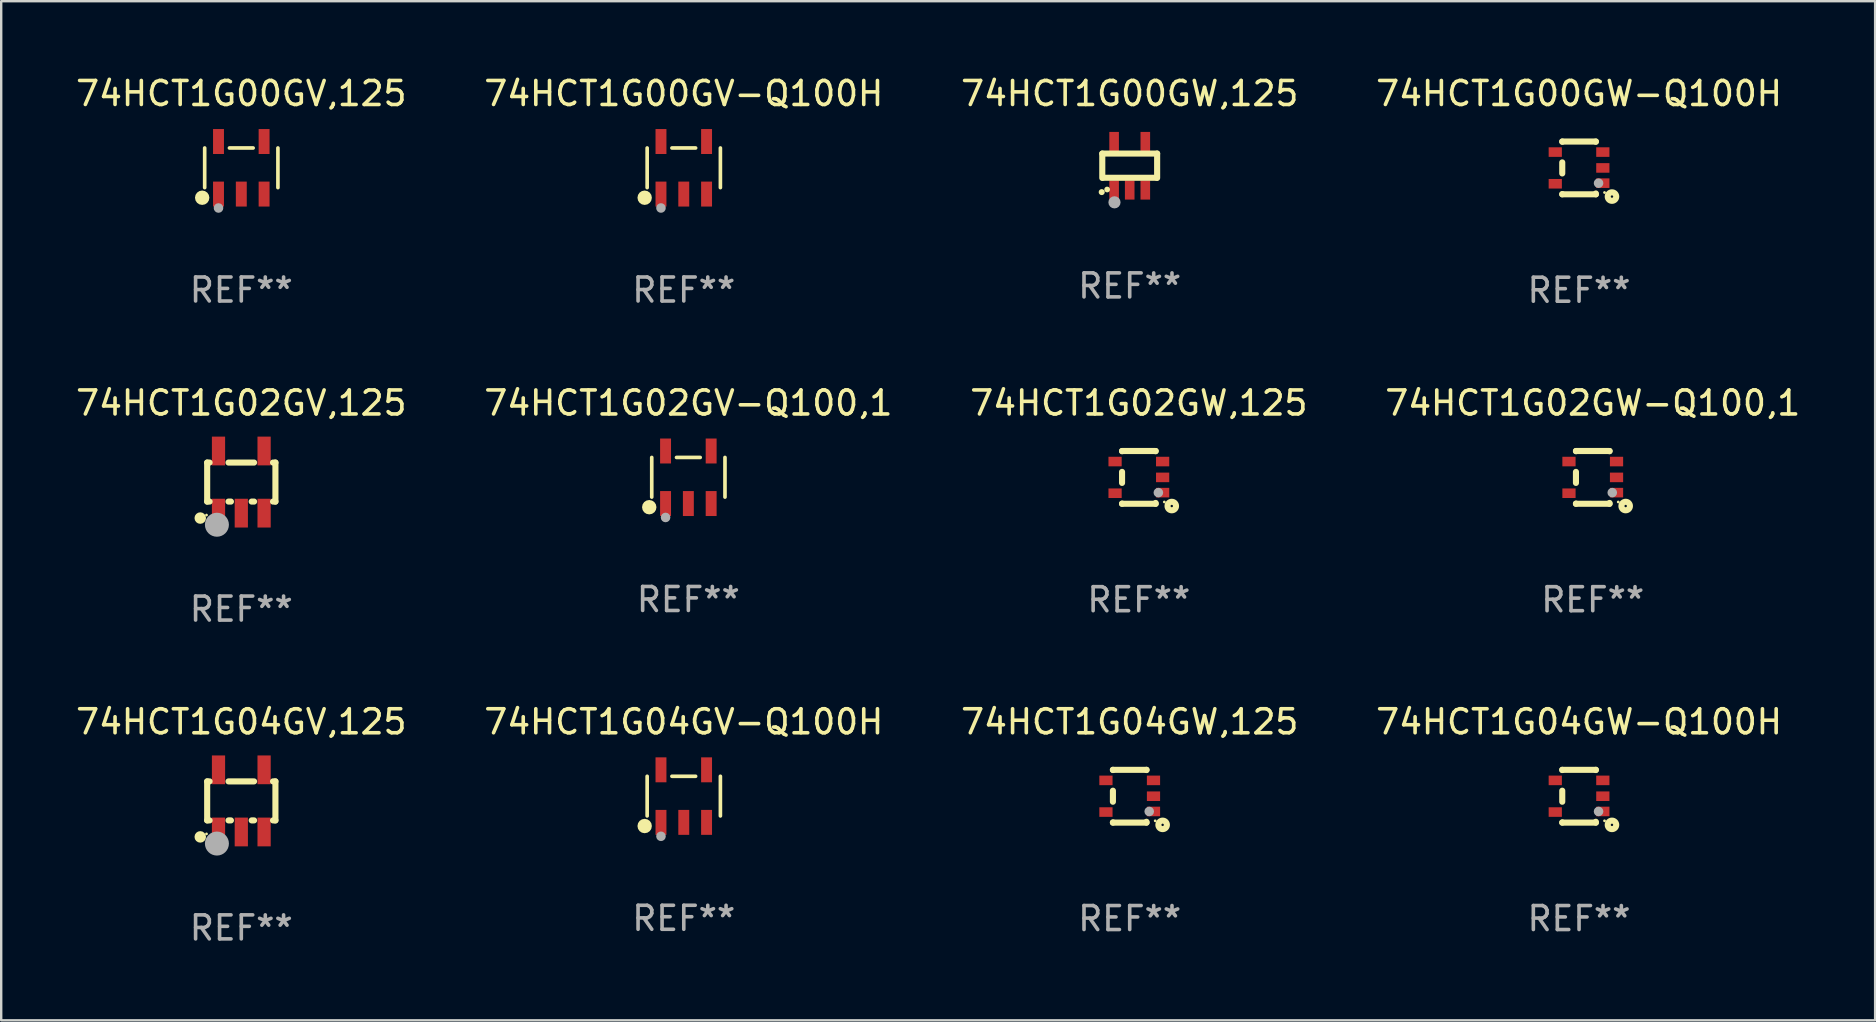
<source format=kicad_pcb>
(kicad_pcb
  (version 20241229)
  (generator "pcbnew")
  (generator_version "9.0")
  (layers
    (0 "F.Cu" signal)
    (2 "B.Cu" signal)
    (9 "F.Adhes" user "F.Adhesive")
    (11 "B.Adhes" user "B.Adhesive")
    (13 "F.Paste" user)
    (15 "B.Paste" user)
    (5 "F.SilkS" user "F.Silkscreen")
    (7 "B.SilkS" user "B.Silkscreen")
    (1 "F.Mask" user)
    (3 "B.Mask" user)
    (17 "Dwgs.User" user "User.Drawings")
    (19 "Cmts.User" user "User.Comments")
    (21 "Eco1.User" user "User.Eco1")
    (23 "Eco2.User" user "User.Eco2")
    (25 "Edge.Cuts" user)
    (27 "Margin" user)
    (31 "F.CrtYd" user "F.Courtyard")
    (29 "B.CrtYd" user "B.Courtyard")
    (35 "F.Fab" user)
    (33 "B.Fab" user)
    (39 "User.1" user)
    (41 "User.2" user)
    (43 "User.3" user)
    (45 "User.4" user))
  (footprint "74HCT1G02GW-Q100,1"
    (layer "F.Cu")
    (at 63.327 16.845)
    (property "Reference" "74HCT1G02GW-Q100,1" (at 0 -3.1 0) (layer "F.SilkS") (effects (font (size 1 1) (thickness 0.15))))
    (attr through_hole)
    (fp_line (start -0.7 -1.1) (end 0.7 -1.1) (stroke (width 0.254) (type solid)) (layer "F.SilkS"))
    (fp_line (start -0.7 -1.09) (end -0.7 -1.1) (stroke (width 0.254) (type solid)) (layer "F.SilkS"))
    (fp_line (start -0.7 0.23) (end -0.7 -0.23) (stroke (width 0.254) (type solid)) (layer "F.SilkS"))
    (fp_line (start -0.7 1.1) (end -0.7 1.09) (stroke (width 0.254) (type solid)) (layer "F.SilkS"))
    (fp_line (start -0.7 1.1) (end 0.7 1.1) (stroke (width 0.254) (type solid)) (layer "F.SilkS"))
    (fp_line (start 0.7 -1.09) (end 0.7 -1.1) (stroke (width 0.254) (type solid)) (layer "F.SilkS"))
    (fp_line (start 0.7 1.1) (end 0.7 1.065) (stroke (width 0.254) (type solid)) (layer "F.SilkS"))
    (fp_circle (center 1.062 1.025) (end 1.092 1.025) (stroke (width 0.06) (type solid)) (fill no) (layer "F.SilkS"))
    (fp_circle (center 1.372 1.194) (end 1.422 1.194) (stroke (width 0.254) (type solid)) (fill no) (layer "F.SilkS"))
    (fp_circle (center 0.813 0.635) (end 0.913 0.635) (stroke (width 0.2) (type solid)) (fill no) (layer "F.Fab"))
    (fp_text user "REF**" (at 0 5.1 0) (layer "F.Fab") (effects (font (size 1 1) (thickness 0.15))))
    (pad "1" smd rect (at 0.991 0.635 270) (size 0.399 0.551) (layers "F.Cu" "F.Mask" "F.Paste"))
    (pad "2" smd rect (at 0.991 0.000051 270) (size 0.399 0.551) (layers "F.Cu" "F.Mask" "F.Paste"))
    (pad "3" smd rect (at 0.991 -0.66 270) (size 0.399 0.551) (layers "F.Cu" "F.Mask" "F.Paste"))
    (pad "4" smd rect (at -0.991 -0.66 270) (size 0.399 0.551) (layers "F.Cu" "F.Mask" "F.Paste"))
    (pad "5" smd rect (at -0.991 0.66 270) (size 0.399 0.551) (layers "F.Cu" "F.Mask" "F.Paste")))
  (footprint "74HCT1G04GW-Q100H"
    (layer "F.Cu")
    (at 62.756 30.132)
    (property "Reference" "74HCT1G04GW-Q100H" (at 0 -3.1 0) (layer "F.SilkS") (effects (font (size 1 1) (thickness 0.15))))
    (attr through_hole)
    (fp_line (start -0.7 -1.1) (end 0.7 -1.1) (stroke (width 0.254) (type solid)) (layer "F.SilkS"))
    (fp_line (start -0.7 -1.09) (end -0.7 -1.1) (stroke (width 0.254) (type solid)) (layer "F.SilkS"))
    (fp_line (start -0.7 0.23) (end -0.7 -0.23) (stroke (width 0.254) (type solid)) (layer "F.SilkS"))
    (fp_line (start -0.7 1.1) (end -0.7 1.09) (stroke (width 0.254) (type solid)) (layer "F.SilkS"))
    (fp_line (start -0.7 1.1) (end 0.7 1.1) (stroke (width 0.254) (type solid)) (layer "F.SilkS"))
    (fp_line (start 0.7 -1.09) (end 0.7 -1.1) (stroke (width 0.254) (type solid)) (layer "F.SilkS"))
    (fp_line (start 0.7 1.1) (end 0.7 1.065) (stroke (width 0.254) (type solid)) (layer "F.SilkS"))
    (fp_circle (center 1.062 1.025) (end 1.092 1.025) (stroke (width 0.06) (type solid)) (fill no) (layer "F.SilkS"))
    (fp_circle (center 1.372 1.194) (end 1.422 1.194) (stroke (width 0.254) (type solid)) (fill no) (layer "F.SilkS"))
    (fp_circle (center 0.813 0.635) (end 0.913 0.635) (stroke (width 0.2) (type solid)) (fill no) (layer "F.Fab"))
    (fp_text user "REF**" (at 0 5.1 0) (layer "F.Fab") (effects (font (size 1 1) (thickness 0.15))))
    (pad "1" smd rect (at 0.991 0.635 270) (size 0.399 0.551) (layers "F.Cu" "F.Mask" "F.Paste"))
    (pad "2" smd rect (at 0.991 0.000051 270) (size 0.399 0.551) (layers "F.Cu" "F.Mask" "F.Paste"))
    (pad "3" smd rect (at 0.991 -0.66 270) (size 0.399 0.551) (layers "F.Cu" "F.Mask" "F.Paste"))
    (pad "4" smd rect (at -0.991 -0.66 270) (size 0.399 0.551) (layers "F.Cu" "F.Mask" "F.Paste"))
    (pad "5" smd rect (at -0.991 0.66 270) (size 0.399 0.551) (layers "F.Cu" "F.Mask" "F.Paste")))
  (footprint "74HCT1G00GW,125"
    (layer "F.Cu")
    (at 44.03 3.858)
    (property "Reference" "74HCT1G00GW,125" (at 0 -3.01 0) (layer "F.SilkS") (effects (font (size 1 1) (thickness 0.15))))
    (attr through_hole)
    (fp_line (start -1.143 -0.508) (end -1.143 0.508) (stroke (width 0.254) (type solid)) (layer "F.SilkS"))
    (fp_line (start -1.1 0.5) (end 1.1 0.5) (stroke (width 0.254) (type solid)) (layer "F.SilkS"))
    (fp_line (start 1.143 -0.508) (end -1.143 -0.508) (stroke (width 0.254) (type solid)) (layer "F.SilkS"))
    (fp_line (start 1.143 0.508) (end 1.143 -0.508) (stroke (width 0.254) (type solid)) (layer "F.SilkS"))
    (fp_arc (start -1.167717 1.098095) (mid -1.166447 1.098088) (end -1.165177 1.098095) (stroke (width 0.24892) (type solid)) (layer "F.SilkS"))
    (fp_circle (center -0.94 0.99) (end -0.88 0.99) (stroke (width 0.12) (type solid)) (fill no) (layer "F.SilkS"))
    (fp_circle (center -0.635 1.524) (end -0.508 1.524) (stroke (width 0.254) (type solid)) (fill no) (layer "F.Fab"))
    (fp_text user "REF**" (at 0 5.01 0) (layer "F.Fab") (effects (font (size 1 1) (thickness 0.15))))
    (pad "1" smd rect (at -0.65 1.01 180) (size 0.4 0.8) (layers "F.Cu" "F.Mask" "F.Paste"))
    (pad "2" smd rect (at 0 1.01 180) (size 0.4 0.8) (layers "F.Cu" "F.Mask" "F.Paste"))
    (pad "3" smd rect (at 0.65 1.01 180) (size 0.4 0.8) (layers "F.Cu" "F.Mask" "F.Paste"))
    (pad "4" smd rect (at 0.65 -1.01 180) (size 0.4 0.8) (layers "F.Cu" "F.Mask" "F.Paste"))
    (pad "5" smd rect (at -0.65 -1.01 180) (size 0.4 0.8) (layers "F.Cu" "F.Mask" "F.Paste")))
  (footprint "74HCT1G04GV-Q100H"
    (layer "F.Cu")
    (at 25.446 30.127)
    (property "Reference" "74HCT1G04GV-Q100H" (at 0 -3.095 0) (layer "F.SilkS") (effects (font (size 1 1) (thickness 0.15))))
    (attr through_hole)
    (fp_line (start -1.526 0.826) (end -1.526 -0.826) (stroke (width 0.152) (type solid)) (layer "F.SilkS"))
    (fp_line (start 0.494 -0.826) (end -0.494 -0.826) (stroke (width 0.152) (type solid)) (layer "F.SilkS"))
    (fp_line (start 1.526 0.826) (end 1.526 -0.826) (stroke (width 0.152) (type solid)) (layer "F.SilkS"))
    (fp_circle (center -1.63 1.247) (end -1.48 1.247) (stroke (width 0.3) (type solid)) (fill no) (layer "F.SilkS"))
    (fp_circle (center -1.45 1.375) (end -1.42 1.375) (stroke (width 0.06) (type solid)) (fill no) (layer "F.SilkS"))
    (fp_circle (center -0.95 1.675) (end -0.85 1.675) (stroke (width 0.2) (type solid)) (fill no) (layer "F.Fab"))
    (fp_text user "REF**" (at 0 5.095 0) (layer "F.Fab") (effects (font (size 1 1) (thickness 0.15))))
    (pad "1" smd rect (at -0.95 1.095) (size 0.455 1.04) (layers "F.Cu" "F.Mask" "F.Paste"))
    (pad "2" smd rect (at 0 1.095) (size 0.455 1.04) (layers "F.Cu" "F.Mask" "F.Paste"))
    (pad "3" smd rect (at 0.95 1.095) (size 0.455 1.04) (layers "F.Cu" "F.Mask" "F.Paste"))
    (pad "4" smd rect (at 0.95 -1.095) (size 0.455 1.04) (layers "F.Cu" "F.Mask" "F.Paste"))
    (pad "5" smd rect (at -0.95 -1.095) (size 0.455 1.04) (layers "F.Cu" "F.Mask" "F.Paste")))
  (footprint "74HCT1G00GW-Q100H"
    (layer "F.Cu")
    (at 62.756 3.948)
    (property "Reference" "74HCT1G00GW-Q100H" (at 0 -3.1 0) (layer "F.SilkS") (effects (font (size 1 1) (thickness 0.15))))
    (attr through_hole)
    (fp_line (start -0.7 -1.1) (end 0.7 -1.1) (stroke (width 0.254) (type solid)) (layer "F.SilkS"))
    (fp_line (start -0.7 -1.09) (end -0.7 -1.1) (stroke (width 0.254) (type solid)) (layer "F.SilkS"))
    (fp_line (start -0.7 0.23) (end -0.7 -0.23) (stroke (width 0.254) (type solid)) (layer "F.SilkS"))
    (fp_line (start -0.7 1.1) (end -0.7 1.09) (stroke (width 0.254) (type solid)) (layer "F.SilkS"))
    (fp_line (start -0.7 1.1) (end 0.7 1.1) (stroke (width 0.254) (type solid)) (layer "F.SilkS"))
    (fp_line (start 0.7 -1.09) (end 0.7 -1.1) (stroke (width 0.254) (type solid)) (layer "F.SilkS"))
    (fp_line (start 0.7 1.1) (end 0.7 1.065) (stroke (width 0.254) (type solid)) (layer "F.SilkS"))
    (fp_circle (center 1.062 1.025) (end 1.092 1.025) (stroke (width 0.06) (type solid)) (fill no) (layer "F.SilkS"))
    (fp_circle (center 1.372 1.194) (end 1.422 1.194) (stroke (width 0.254) (type solid)) (fill no) (layer "F.SilkS"))
    (fp_circle (center 0.813 0.635) (end 0.913 0.635) (stroke (width 0.2) (type solid)) (fill no) (layer "F.Fab"))
    (fp_text user "REF**" (at 0 5.1 0) (layer "F.Fab") (effects (font (size 1 1) (thickness 0.15))))
    (pad "1" smd rect (at 0.991 0.635 270) (size 0.399 0.551) (layers "F.Cu" "F.Mask" "F.Paste"))
    (pad "2" smd rect (at 0.991 0.000051 270) (size 0.399 0.551) (layers "F.Cu" "F.Mask" "F.Paste"))
    (pad "3" smd rect (at 0.991 -0.66 270) (size 0.399 0.551) (layers "F.Cu" "F.Mask" "F.Paste"))
    (pad "4" smd rect (at -0.991 -0.66 270) (size 0.399 0.551) (layers "F.Cu" "F.Mask" "F.Paste"))
    (pad "5" smd rect (at -0.991 0.66 270) (size 0.399 0.551) (layers "F.Cu" "F.Mask" "F.Paste")))
  (footprint "74HCT1G04GV,125"
    (layer "F.Cu")
    (at 7.006 30.327)
    (property "Reference" "74HCT1G04GV,125" (at 0 -3.295 0) (layer "F.SilkS") (effects (font (size 1 1) (thickness 0.15))))
    (attr through_hole)
    (fp_line (start -1.422 -0.813) (end -1.321 -0.813) (stroke (width 0.254) (type solid)) (layer "F.SilkS"))
    (fp_line (start -1.422 0.813) (end -1.422 -0.813) (stroke (width 0.254) (type solid)) (layer "F.SilkS"))
    (fp_line (start -1.321 0.813) (end -1.422 0.813) (stroke (width 0.254) (type solid)) (layer "F.SilkS"))
    (fp_line (start -0.533 -0.813) (end 0.533 -0.813) (stroke (width 0.254) (type solid)) (layer "F.SilkS"))
    (fp_line (start -0.432 0.813) (end -0.533 0.813) (stroke (width 0.254) (type solid)) (layer "F.SilkS"))
    (fp_line (start 0.533 0.813) (end 0.432 0.813) (stroke (width 0.254) (type solid)) (layer "F.SilkS"))
    (fp_line (start 1.321 -0.813) (end 1.422 -0.813) (stroke (width 0.254) (type solid)) (layer "F.SilkS"))
    (fp_line (start 1.422 -0.813) (end 1.422 0.813) (stroke (width 0.254) (type solid)) (layer "F.SilkS"))
    (fp_line (start 1.422 0.813) (end 1.321 0.813) (stroke (width 0.254) (type solid)) (layer "F.SilkS"))
    (fp_circle (center -1.71 1.5) (end -1.59 1.5) (stroke (width 0.24) (type solid)) (fill no) (layer "F.SilkS"))
    (fp_circle (center -1.45 1.375) (end -1.42 1.375) (stroke (width 0.06) (type solid)) (fill no) (layer "F.SilkS"))
    (fp_circle (center -1.016 1.778) (end -0.766 1.778) (stroke (width 0.5) (type solid)) (fill no) (layer "F.Fab"))
    (fp_text user "REF**" (at 0 5.295 0) (layer "F.Fab") (effects (font (size 1 1) (thickness 0.15))))
    (pad "1" smd rect (at -0.95 1.295) (size 0.551 1.199) (layers "F.Cu" "F.Mask" "F.Paste"))
    (pad "2" smd rect (at 0 1.295) (size 0.551 1.199) (layers "F.Cu" "F.Mask" "F.Paste"))
    (pad "3" smd rect (at 0.95 1.295) (size 0.551 1.199) (layers "F.Cu" "F.Mask" "F.Paste"))
    (pad "4" smd rect (at 0.95 -1.295) (size 0.551 1.199) (layers "F.Cu" "F.Mask" "F.Paste"))
    (pad "5" smd rect (at -0.95 -1.295) (size 0.551 1.199) (layers "F.Cu" "F.Mask" "F.Paste")))
  (footprint "74HCT1G02GW,125"
    (layer "F.Cu")
    (at 44.411 16.845)
    (property "Reference" "74HCT1G02GW,125" (at 0 -3.1 0) (layer "F.SilkS") (effects (font (size 1 1) (thickness 0.15))))
    (attr through_hole)
    (fp_line (start -0.7 -1.1) (end 0.7 -1.1) (stroke (width 0.254) (type solid)) (layer "F.SilkS"))
    (fp_line (start -0.7 -1.09) (end -0.7 -1.1) (stroke (width 0.254) (type solid)) (layer "F.SilkS"))
    (fp_line (start -0.7 0.23) (end -0.7 -0.23) (stroke (width 0.254) (type solid)) (layer "F.SilkS"))
    (fp_line (start -0.7 1.1) (end -0.7 1.09) (stroke (width 0.254) (type solid)) (layer "F.SilkS"))
    (fp_line (start -0.7 1.1) (end 0.7 1.1) (stroke (width 0.254) (type solid)) (layer "F.SilkS"))
    (fp_line (start 0.7 -1.09) (end 0.7 -1.1) (stroke (width 0.254) (type solid)) (layer "F.SilkS"))
    (fp_line (start 0.7 1.1) (end 0.7 1.065) (stroke (width 0.254) (type solid)) (layer "F.SilkS"))
    (fp_circle (center 1.062 1.025) (end 1.092 1.025) (stroke (width 0.06) (type solid)) (fill no) (layer "F.SilkS"))
    (fp_circle (center 1.372 1.194) (end 1.422 1.194) (stroke (width 0.254) (type solid)) (fill no) (layer "F.SilkS"))
    (fp_circle (center 0.813 0.635) (end 0.913 0.635) (stroke (width 0.2) (type solid)) (fill no) (layer "F.Fab"))
    (fp_text user "REF**" (at 0 5.1 0) (layer "F.Fab") (effects (font (size 1 1) (thickness 0.15))))
    (pad "1" smd rect (at 0.991 0.635 270) (size 0.399 0.551) (layers "F.Cu" "F.Mask" "F.Paste"))
    (pad "2" smd rect (at 0.991 0.000051 270) (size 0.399 0.551) (layers "F.Cu" "F.Mask" "F.Paste"))
    (pad "3" smd rect (at 0.991 -0.66 270) (size 0.399 0.551) (layers "F.Cu" "F.Mask" "F.Paste"))
    (pad "4" smd rect (at -0.991 -0.66 270) (size 0.399 0.551) (layers "F.Cu" "F.Mask" "F.Paste"))
    (pad "5" smd rect (at -0.991 0.66 270) (size 0.399 0.551) (layers "F.Cu" "F.Mask" "F.Paste")))
  (footprint "74HCT1G02GV,125"
    (layer "F.Cu")
    (at 7.006 17.04)
    (property "Reference" "74HCT1G02GV,125" (at 0 -3.295 0) (layer "F.SilkS") (effects (font (size 1 1) (thickness 0.15))))
    (attr through_hole)
    (fp_line (start -1.422 -0.813) (end -1.321 -0.813) (stroke (width 0.254) (type solid)) (layer "F.SilkS"))
    (fp_line (start -1.422 0.813) (end -1.422 -0.813) (stroke (width 0.254) (type solid)) (layer "F.SilkS"))
    (fp_line (start -1.321 0.813) (end -1.422 0.813) (stroke (width 0.254) (type solid)) (layer "F.SilkS"))
    (fp_line (start -0.533 -0.813) (end 0.533 -0.813) (stroke (width 0.254) (type solid)) (layer "F.SilkS"))
    (fp_line (start -0.432 0.813) (end -0.533 0.813) (stroke (width 0.254) (type solid)) (layer "F.SilkS"))
    (fp_line (start 0.533 0.813) (end 0.432 0.813) (stroke (width 0.254) (type solid)) (layer "F.SilkS"))
    (fp_line (start 1.321 -0.813) (end 1.422 -0.813) (stroke (width 0.254) (type solid)) (layer "F.SilkS"))
    (fp_line (start 1.422 -0.813) (end 1.422 0.813) (stroke (width 0.254) (type solid)) (layer "F.SilkS"))
    (fp_line (start 1.422 0.813) (end 1.321 0.813) (stroke (width 0.254) (type solid)) (layer "F.SilkS"))
    (fp_circle (center -1.71 1.5) (end -1.59 1.5) (stroke (width 0.24) (type solid)) (fill no) (layer "F.SilkS"))
    (fp_circle (center -1.45 1.375) (end -1.42 1.375) (stroke (width 0.06) (type solid)) (fill no) (layer "F.SilkS"))
    (fp_circle (center -1.016 1.778) (end -0.766 1.778) (stroke (width 0.5) (type solid)) (fill no) (layer "F.Fab"))
    (fp_text user "REF**" (at 0 5.295 0) (layer "F.Fab") (effects (font (size 1 1) (thickness 0.15))))
    (pad "1" smd rect (at -0.95 1.295) (size 0.551 1.199) (layers "F.Cu" "F.Mask" "F.Paste"))
    (pad "2" smd rect (at 0 1.295) (size 0.551 1.199) (layers "F.Cu" "F.Mask" "F.Paste"))
    (pad "3" smd rect (at 0.95 1.295) (size 0.551 1.199) (layers "F.Cu" "F.Mask" "F.Paste"))
    (pad "4" smd rect (at 0.95 -1.295) (size 0.551 1.199) (layers "F.Cu" "F.Mask" "F.Paste"))
    (pad "5" smd rect (at -0.95 -1.295) (size 0.551 1.199) (layers "F.Cu" "F.Mask" "F.Paste")))
  (footprint "74HCT1G02GV-Q100,1"
    (layer "F.Cu")
    (at 25.637 16.84)
    (property "Reference" "74HCT1G02GV-Q100,1" (at 0 -3.095 0) (layer "F.SilkS") (effects (font (size 1 1) (thickness 0.15))))
    (attr through_hole)
    (fp_line (start -1.526 0.826) (end -1.526 -0.826) (stroke (width 0.152) (type solid)) (layer "F.SilkS"))
    (fp_line (start 0.494 -0.826) (end -0.494 -0.826) (stroke (width 0.152) (type solid)) (layer "F.SilkS"))
    (fp_line (start 1.526 0.826) (end 1.526 -0.826) (stroke (width 0.152) (type solid)) (layer "F.SilkS"))
    (fp_circle (center -1.63 1.247) (end -1.48 1.247) (stroke (width 0.3) (type solid)) (fill no) (layer "F.SilkS"))
    (fp_circle (center -1.45 1.375) (end -1.42 1.375) (stroke (width 0.06) (type solid)) (fill no) (layer "F.SilkS"))
    (fp_circle (center -0.95 1.675) (end -0.85 1.675) (stroke (width 0.2) (type solid)) (fill no) (layer "F.Fab"))
    (fp_text user "REF**" (at 0 5.095 0) (layer "F.Fab") (effects (font (size 1 1) (thickness 0.15))))
    (pad "1" smd rect (at -0.95 1.095) (size 0.455 1.04) (layers "F.Cu" "F.Mask" "F.Paste"))
    (pad "2" smd rect (at 0 1.095) (size 0.455 1.04) (layers "F.Cu" "F.Mask" "F.Paste"))
    (pad "3" smd rect (at 0.95 1.095) (size 0.455 1.04) (layers "F.Cu" "F.Mask" "F.Paste"))
    (pad "4" smd rect (at 0.95 -1.095) (size 0.455 1.04) (layers "F.Cu" "F.Mask" "F.Paste"))
    (pad "5" smd rect (at -0.95 -1.095) (size 0.455 1.04) (layers "F.Cu" "F.Mask" "F.Paste")))
  (footprint "74HCT1G00GV-Q100H"
    (layer "F.Cu")
    (at 25.446 3.943)
    (property "Reference" "74HCT1G00GV-Q100H" (at 0 -3.095 0) (layer "F.SilkS") (effects (font (size 1 1) (thickness 0.15))))
    (attr through_hole)
    (fp_line (start -1.526 0.826) (end -1.526 -0.826) (stroke (width 0.152) (type solid)) (layer "F.SilkS"))
    (fp_line (start 0.494 -0.826) (end -0.494 -0.826) (stroke (width 0.152) (type solid)) (layer "F.SilkS"))
    (fp_line (start 1.526 0.826) (end 1.526 -0.826) (stroke (width 0.152) (type solid)) (layer "F.SilkS"))
    (fp_circle (center -1.63 1.247) (end -1.48 1.247) (stroke (width 0.3) (type solid)) (fill no) (layer "F.SilkS"))
    (fp_circle (center -1.45 1.375) (end -1.42 1.375) (stroke (width 0.06) (type solid)) (fill no) (layer "F.SilkS"))
    (fp_circle (center -0.95 1.675) (end -0.85 1.675) (stroke (width 0.2) (type solid)) (fill no) (layer "F.Fab"))
    (fp_text user "REF**" (at 0 5.095 0) (layer "F.Fab") (effects (font (size 1 1) (thickness 0.15))))
    (pad "1" smd rect (at -0.95 1.095) (size 0.455 1.04) (layers "F.Cu" "F.Mask" "F.Paste"))
    (pad "2" smd rect (at 0 1.095) (size 0.455 1.04) (layers "F.Cu" "F.Mask" "F.Paste"))
    (pad "3" smd rect (at 0.95 1.095) (size 0.455 1.04) (layers "F.Cu" "F.Mask" "F.Paste"))
    (pad "4" smd rect (at 0.95 -1.095) (size 0.455 1.04) (layers "F.Cu" "F.Mask" "F.Paste"))
    (pad "5" smd rect (at -0.95 -1.095) (size 0.455 1.04) (layers "F.Cu" "F.Mask" "F.Paste")))
  (footprint "74HCT1G00GV,125"
    (layer "F.Cu")
    (at 7.006 3.943)
    (property "Reference" "74HCT1G00GV,125" (at 0 -3.095 0) (layer "F.SilkS") (effects (font (size 1 1) (thickness 0.15))))
    (attr through_hole)
    (fp_line (start -1.526 0.826) (end -1.526 -0.826) (stroke (width 0.152) (type solid)) (layer "F.SilkS"))
    (fp_line (start 0.494 -0.826) (end -0.494 -0.826) (stroke (width 0.152) (type solid)) (layer "F.SilkS"))
    (fp_line (start 1.526 0.826) (end 1.526 -0.826) (stroke (width 0.152) (type solid)) (layer "F.SilkS"))
    (fp_circle (center -1.63 1.247) (end -1.48 1.247) (stroke (width 0.3) (type solid)) (fill no) (layer "F.SilkS"))
    (fp_circle (center -1.45 1.375) (end -1.42 1.375) (stroke (width 0.06) (type solid)) (fill no) (layer "F.SilkS"))
    (fp_circle (center -0.95 1.675) (end -0.85 1.675) (stroke (width 0.2) (type solid)) (fill no) (layer "F.Fab"))
    (fp_text user "REF**" (at 0 5.095 0) (layer "F.Fab") (effects (font (size 1 1) (thickness 0.15))))
    (pad "1" smd rect (at -0.95 1.095) (size 0.455 1.04) (layers "F.Cu" "F.Mask" "F.Paste"))
    (pad "2" smd rect (at 0 1.095) (size 0.455 1.04) (layers "F.Cu" "F.Mask" "F.Paste"))
    (pad "3" smd rect (at 0.95 1.095) (size 0.455 1.04) (layers "F.Cu" "F.Mask" "F.Paste"))
    (pad "4" smd rect (at 0.95 -1.095) (size 0.455 1.04) (layers "F.Cu" "F.Mask" "F.Paste"))
    (pad "5" smd rect (at -0.95 -1.095) (size 0.455 1.04) (layers "F.Cu" "F.Mask" "F.Paste")))
  (footprint "74HCT1G04GW,125"
    (layer "F.Cu")
    (at 44.03 30.132)
    (property "Reference" "74HCT1G04GW,125" (at 0 -3.1 0) (layer "F.SilkS") (effects (font (size 1 1) (thickness 0.15))))
    (attr through_hole)
    (fp_line (start -0.7 -1.1) (end 0.7 -1.1) (stroke (width 0.254) (type solid)) (layer "F.SilkS"))
    (fp_line (start -0.7 -1.09) (end -0.7 -1.1) (stroke (width 0.254) (type solid)) (layer "F.SilkS"))
    (fp_line (start -0.7 0.23) (end -0.7 -0.23) (stroke (width 0.254) (type solid)) (layer "F.SilkS"))
    (fp_line (start -0.7 1.1) (end -0.7 1.09) (stroke (width 0.254) (type solid)) (layer "F.SilkS"))
    (fp_line (start -0.7 1.1) (end 0.7 1.1) (stroke (width 0.254) (type solid)) (layer "F.SilkS"))
    (fp_line (start 0.7 -1.09) (end 0.7 -1.1) (stroke (width 0.254) (type solid)) (layer "F.SilkS"))
    (fp_line (start 0.7 1.1) (end 0.7 1.065) (stroke (width 0.254) (type solid)) (layer "F.SilkS"))
    (fp_circle (center 1.062 1.025) (end 1.092 1.025) (stroke (width 0.06) (type solid)) (fill no) (layer "F.SilkS"))
    (fp_circle (center 1.372 1.194) (end 1.422 1.194) (stroke (width 0.254) (type solid)) (fill no) (layer "F.SilkS"))
    (fp_circle (center 0.813 0.635) (end 0.913 0.635) (stroke (width 0.2) (type solid)) (fill no) (layer "F.Fab"))
    (fp_text user "REF**" (at 0 5.1 0) (layer "F.Fab") (effects (font (size 1 1) (thickness 0.15))))
    (pad "1" smd rect (at 0.991 0.635 270) (size 0.399 0.551) (layers "F.Cu" "F.Mask" "F.Paste"))
    (pad "2" smd rect (at 0.991 0.000051 270) (size 0.399 0.551) (layers "F.Cu" "F.Mask" "F.Paste"))
    (pad "3" smd rect (at 0.991 -0.66 270) (size 0.399 0.551) (layers "F.Cu" "F.Mask" "F.Paste"))
    (pad "4" smd rect (at -0.991 -0.66 270) (size 0.399 0.551) (layers "F.Cu" "F.Mask" "F.Paste"))
    (pad "5" smd rect (at -0.991 0.66 270) (size 0.399 0.551) (layers "F.Cu" "F.Mask" "F.Paste")))
  (gr_rect
    (start -3 -3)
    (end 75.095 39.471)
    (stroke (width 0.1) (type default))
    (fill no)
    (layer "Edge.Cuts")))
</source>
